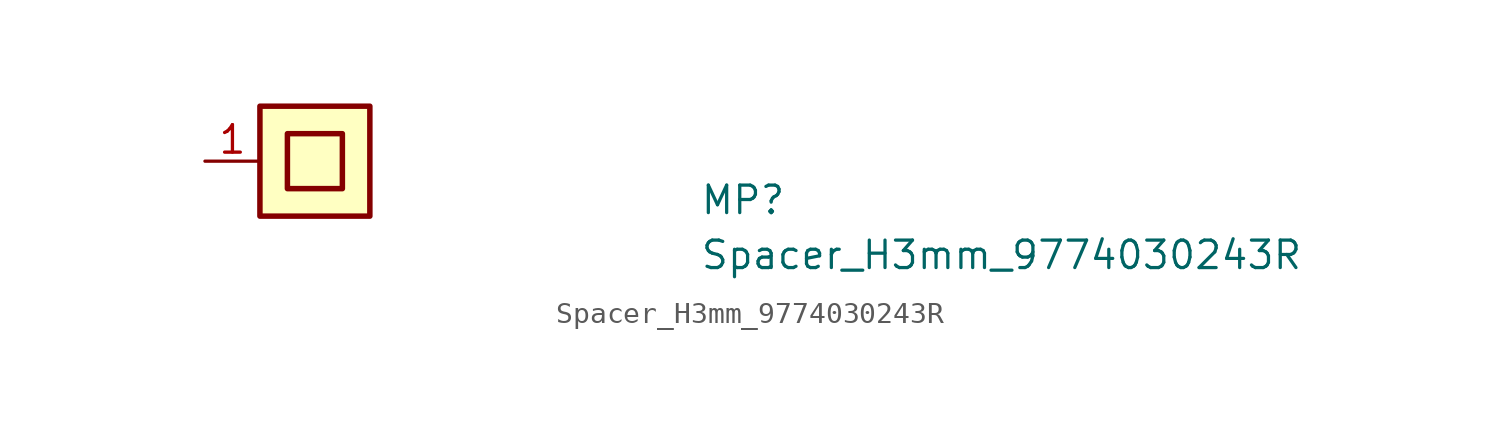
<source format=kicad_sym>
(kicad_symbol_lib
  (version 20211014)
  (generator kicad_symbol_editor)
  (symbol "Spacer_H3mm_9774030243R"
    (pin_names hide)
    (property "Reference" "MP"
      (at 22.86 -2.54 0)
      (effects (font (size 1.27 1.27) (thickness 0.15)) (justify left bottom)))
    (property "Value" "Spacer_H3mm_9774030243R"
      (at 22.86 -5.08 0)
      (effects (font (size 1.27 1.27) (thickness 0.15)) (justify left bottom)))
    (symbol "Spacer_H3mm_9774030243R_1_1"
      (rectangle (start 2.54 -2.54) (end 7.62 2.54) (stroke (width 0.254) (type default) (color 0 0 0 0)) (fill (type background)))
      (rectangle (start 3.81 -1.27) (end 6.35 1.27) (stroke (width 0.254) (type default) (color 0 0 0 0)) (fill (type background)))
      (pin passive line (at 0 0 0) (length 2.54) (name "1" (effects (font (size 1.27 1.27)))) (number "1" (effects (font (size 1.27 1.27))))))))
</source>
